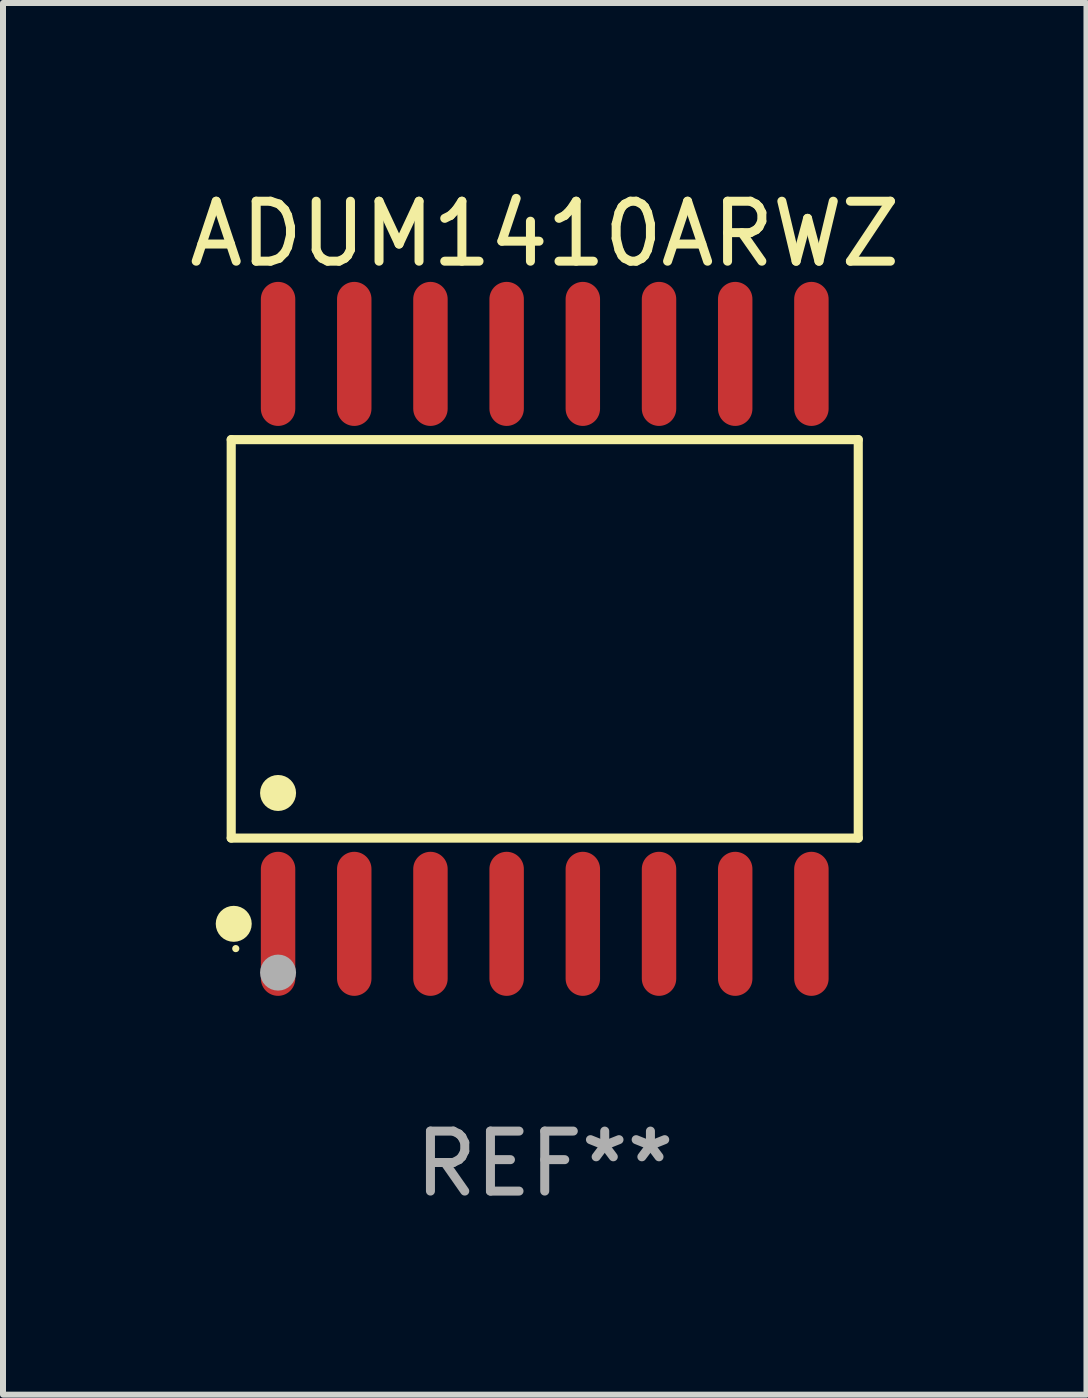
<source format=kicad_pcb>
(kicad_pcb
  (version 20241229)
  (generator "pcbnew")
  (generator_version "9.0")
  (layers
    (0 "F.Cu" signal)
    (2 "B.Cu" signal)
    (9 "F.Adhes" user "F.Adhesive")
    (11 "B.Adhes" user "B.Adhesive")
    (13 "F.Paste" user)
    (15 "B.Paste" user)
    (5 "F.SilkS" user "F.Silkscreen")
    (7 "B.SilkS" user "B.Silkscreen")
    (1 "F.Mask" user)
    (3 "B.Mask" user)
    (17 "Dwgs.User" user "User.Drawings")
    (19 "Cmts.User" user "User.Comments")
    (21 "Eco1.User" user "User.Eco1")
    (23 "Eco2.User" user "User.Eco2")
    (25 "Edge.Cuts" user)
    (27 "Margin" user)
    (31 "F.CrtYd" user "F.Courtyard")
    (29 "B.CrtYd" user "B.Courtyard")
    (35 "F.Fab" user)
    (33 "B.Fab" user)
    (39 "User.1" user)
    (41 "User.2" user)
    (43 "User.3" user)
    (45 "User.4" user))
  (footprint "ADUM1410ARWZ"
    (layer "F.Cu")
    (at 6.03 7.599)
    (property "Reference" "ADUM1410ARWZ" (at 0 -6.75 0) (layer "F.SilkS") (effects (font (size 1 1) (thickness 0.15))))
    (attr through_hole)
    (fp_line (start -5.226 -3.321) (end 5.226 -3.321) (stroke (width 0.152) (type solid)) (layer "F.SilkS"))
    (fp_line (start -5.226 3.321) (end -5.226 -3.321) (stroke (width 0.152) (type solid)) (layer "F.SilkS"))
    (fp_line (start 5.226 -3.321) (end 5.226 3.321) (stroke (width 0.152) (type solid)) (layer "F.SilkS"))
    (fp_line (start 5.226 3.321) (end -5.226 3.321) (stroke (width 0.152) (type solid)) (layer "F.SilkS"))
    (fp_circle (center -5.184 4.75) (end -5.034 4.75) (stroke (width 0.3) (type solid)) (fill no) (layer "F.SilkS"))
    (fp_circle (center -5.15 5.163) (end -5.12 5.163) (stroke (width 0.06) (type solid)) (fill no) (layer "F.SilkS"))
    (fp_circle (center -4.445 2.569) (end -4.295 2.569) (stroke (width 0.3) (type solid)) (fill no) (layer "F.SilkS"))
    (fp_circle (center -4.445 5.563) (end -4.295 5.563) (stroke (width 0.3) (type solid)) (fill no) (layer "F.Fab"))
    (fp_text user "REF**" (at 0 8.75 0) (layer "F.Fab") (effects (font (size 1 1) (thickness 0.15))))
    (pad "1" smd oval (at -4.445 4.75) (size 0.574 2.401) (layers "F.Cu" "F.Mask" "F.Paste"))
    (pad "2" smd oval (at -3.175 4.75) (size 0.574 2.401) (layers "F.Cu" "F.Mask" "F.Paste"))
    (pad "3" smd oval (at -1.905 4.75) (size 0.574 2.401) (layers "F.Cu" "F.Mask" "F.Paste"))
    (pad "4" smd oval (at -0.635 4.75) (size 0.574 2.401) (layers "F.Cu" "F.Mask" "F.Paste"))
    (pad "5" smd oval (at 0.635 4.75) (size 0.574 2.401) (layers "F.Cu" "F.Mask" "F.Paste"))
    (pad "6" smd oval (at 1.905 4.75) (size 0.574 2.401) (layers "F.Cu" "F.Mask" "F.Paste"))
    (pad "7" smd oval (at 3.175 4.75) (size 0.574 2.401) (layers "F.Cu" "F.Mask" "F.Paste"))
    (pad "8" smd oval (at 4.445 4.75) (size 0.574 2.401) (layers "F.Cu" "F.Mask" "F.Paste"))
    (pad "9" smd oval (at 4.445 -4.75) (size 0.574 2.401) (layers "F.Cu" "F.Mask" "F.Paste"))
    (pad "10" smd oval (at 3.175 -4.75) (size 0.574 2.401) (layers "F.Cu" "F.Mask" "F.Paste"))
    (pad "11" smd oval (at 1.905 -4.75) (size 0.574 2.401) (layers "F.Cu" "F.Mask" "F.Paste"))
    (pad "12" smd oval (at 0.635 -4.75) (size 0.574 2.401) (layers "F.Cu" "F.Mask" "F.Paste"))
    (pad "13" smd oval (at -0.635 -4.75) (size 0.574 2.401) (layers "F.Cu" "F.Mask" "F.Paste"))
    (pad "14" smd oval (at -1.905 -4.75) (size 0.574 2.401) (layers "F.Cu" "F.Mask" "F.Paste"))
    (pad "15" smd oval (at -3.175 -4.75) (size 0.574 2.401) (layers "F.Cu" "F.Mask" "F.Paste"))
    (pad "16" smd oval (at -4.445 -4.75) (size 0.574 2.401) (layers "F.Cu" "F.Mask" "F.Paste")))
  (gr_rect
    (start -3 -3)
    (end 15.06 20.197)
    (stroke (width 0.1) (type default))
    (fill no)
    (layer "Edge.Cuts")))
</source>
